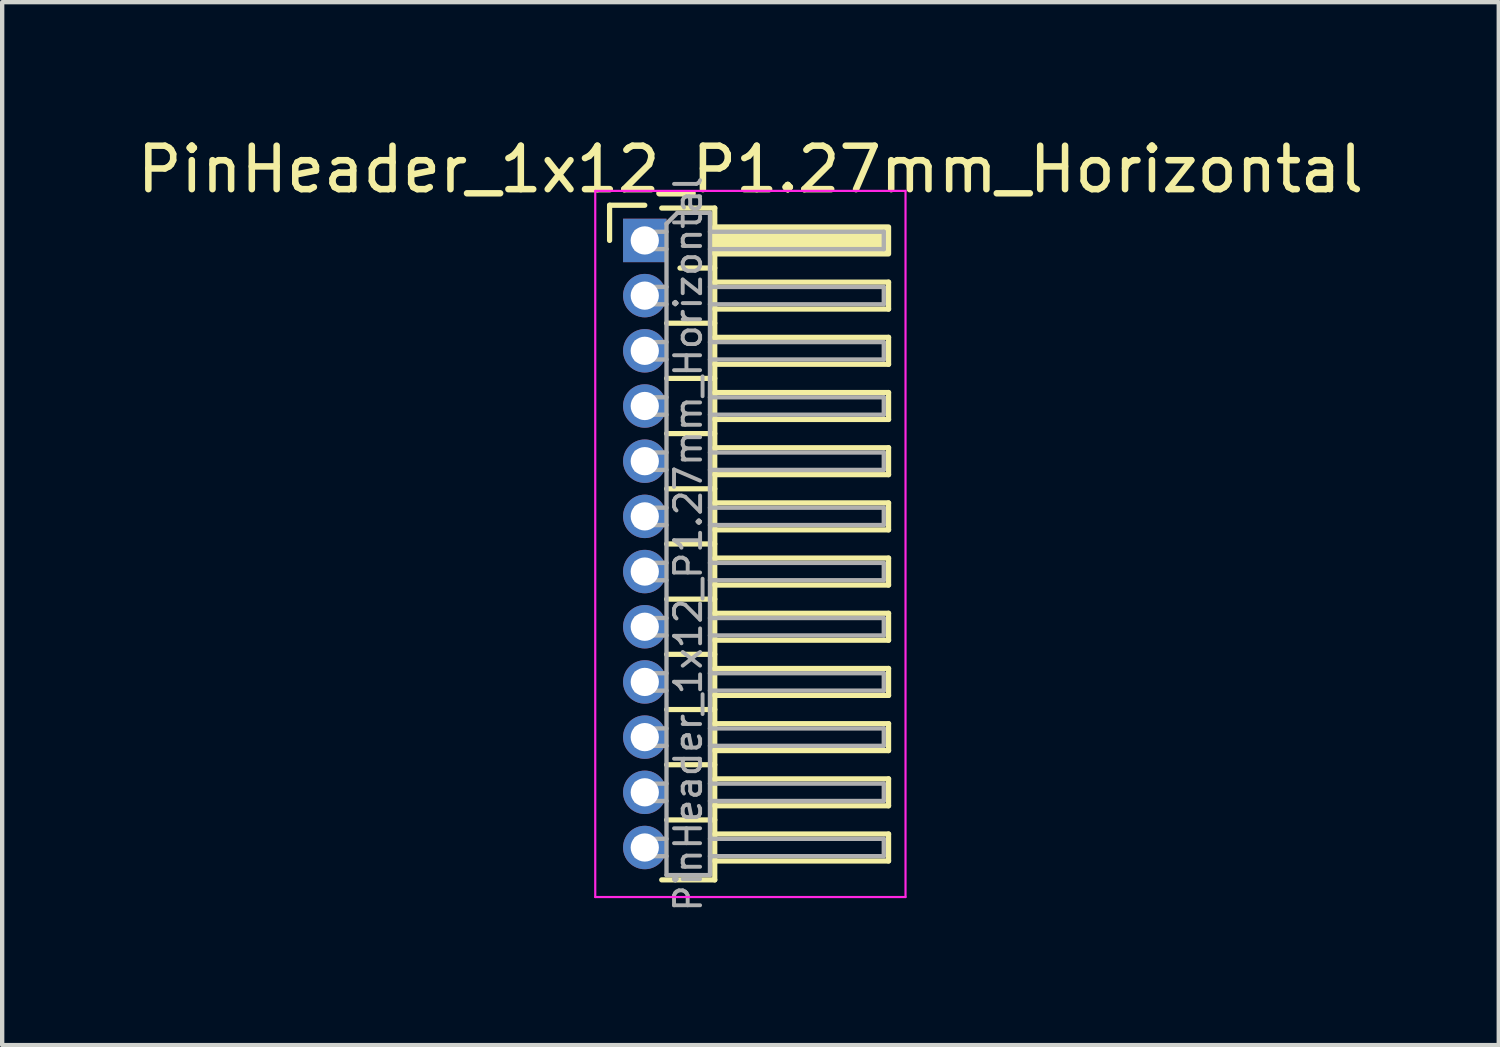
<source format=kicad_pcb>
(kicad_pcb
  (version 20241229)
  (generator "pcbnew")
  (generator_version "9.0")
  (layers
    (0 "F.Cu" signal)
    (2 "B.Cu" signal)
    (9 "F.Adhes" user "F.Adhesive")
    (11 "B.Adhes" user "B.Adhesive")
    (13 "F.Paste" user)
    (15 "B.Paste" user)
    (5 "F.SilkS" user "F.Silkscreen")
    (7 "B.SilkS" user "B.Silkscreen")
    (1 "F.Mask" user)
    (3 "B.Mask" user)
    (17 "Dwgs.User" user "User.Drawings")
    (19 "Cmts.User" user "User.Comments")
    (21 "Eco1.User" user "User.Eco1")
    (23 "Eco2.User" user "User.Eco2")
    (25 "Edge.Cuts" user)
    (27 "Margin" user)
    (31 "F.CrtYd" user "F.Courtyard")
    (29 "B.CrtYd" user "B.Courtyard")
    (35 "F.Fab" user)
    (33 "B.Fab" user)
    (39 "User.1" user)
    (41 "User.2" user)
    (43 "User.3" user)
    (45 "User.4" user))
  (footprint "PinHeader_1x12_P1.27mm_Horizontal"
    (layer "F.Cu")
    (at 11.788 2.483)
    (property "Reference" "PinHeader_1x12_P1.27mm_Horizontal" (at 2.433 -1.635 0) (layer "F.SilkS") (effects (font (size 1 1) (thickness 0.15))))
    (attr through_hole)
    (fp_line (start -0.81 -0.81) (end 0 -0.81) (stroke (width 0.12) (type solid)) (layer "F.SilkS"))
    (fp_line (start -0.81 0) (end -0.81 -0.81) (stroke (width 0.12) (type solid)) (layer "F.SilkS"))
    (fp_line (start 0.39 -0.745) (end 1.61 -0.745) (stroke (width 0.12) (type solid)) (layer "F.SilkS"))
    (fp_line (start 0.503 1.905) (end 1.61 1.905) (stroke (width 0.12) (type solid)) (layer "F.SilkS"))
    (fp_line (start 0.503 3.175) (end 1.61 3.175) (stroke (width 0.12) (type solid)) (layer "F.SilkS"))
    (fp_line (start 0.503 4.445) (end 1.61 4.445) (stroke (width 0.12) (type solid)) (layer "F.SilkS"))
    (fp_line (start 0.503 5.715) (end 1.61 5.715) (stroke (width 0.12) (type solid)) (layer "F.SilkS"))
    (fp_line (start 0.503 6.985) (end 1.61 6.985) (stroke (width 0.12) (type solid)) (layer "F.SilkS"))
    (fp_line (start 0.503 8.255) (end 1.61 8.255) (stroke (width 0.12) (type solid)) (layer "F.SilkS"))
    (fp_line (start 0.503 9.525) (end 1.61 9.525) (stroke (width 0.12) (type solid)) (layer "F.SilkS"))
    (fp_line (start 0.503 10.795) (end 1.61 10.795) (stroke (width 0.12) (type solid)) (layer "F.SilkS"))
    (fp_line (start 0.503 12.065) (end 1.61 12.065) (stroke (width 0.12) (type solid)) (layer "F.SilkS"))
    (fp_line (start 0.503 13.335) (end 1.61 13.335) (stroke (width 0.12) (type solid)) (layer "F.SilkS"))
    (fp_line (start 0.81 0.635) (end 1.61 0.635) (stroke (width 0.12) (type solid)) (layer "F.SilkS"))
    (fp_line (start 1.61 -0.745) (end 1.61 14.715) (stroke (width 0.12) (type solid)) (layer "F.SilkS"))
    (fp_line (start 1.61 0.96) (end 5.61 0.96) (stroke (width 0.12) (type solid)) (layer "F.SilkS"))
    (fp_line (start 1.61 2.23) (end 5.61 2.23) (stroke (width 0.12) (type solid)) (layer "F.SilkS"))
    (fp_line (start 1.61 3.5) (end 5.61 3.5) (stroke (width 0.12) (type solid)) (layer "F.SilkS"))
    (fp_line (start 1.61 4.77) (end 5.61 4.77) (stroke (width 0.12) (type solid)) (layer "F.SilkS"))
    (fp_line (start 1.61 6.04) (end 5.61 6.04) (stroke (width 0.12) (type solid)) (layer "F.SilkS"))
    (fp_line (start 1.61 7.31) (end 5.61 7.31) (stroke (width 0.12) (type solid)) (layer "F.SilkS"))
    (fp_line (start 1.61 8.58) (end 5.61 8.58) (stroke (width 0.12) (type solid)) (layer "F.SilkS"))
    (fp_line (start 1.61 9.85) (end 5.61 9.85) (stroke (width 0.12) (type solid)) (layer "F.SilkS"))
    (fp_line (start 1.61 11.12) (end 5.61 11.12) (stroke (width 0.12) (type solid)) (layer "F.SilkS"))
    (fp_line (start 1.61 12.39) (end 5.61 12.39) (stroke (width 0.12) (type solid)) (layer "F.SilkS"))
    (fp_line (start 1.61 13.66) (end 5.61 13.66) (stroke (width 0.12) (type solid)) (layer "F.SilkS"))
    (fp_line (start 1.61 14.715) (end 0.39 14.715) (stroke (width 0.12) (type solid)) (layer "F.SilkS"))
    (fp_line (start 5.61 0.96) (end 5.61 1.58) (stroke (width 0.12) (type solid)) (layer "F.SilkS"))
    (fp_line (start 5.61 1.58) (end 1.61 1.58) (stroke (width 0.12) (type solid)) (layer "F.SilkS"))
    (fp_line (start 5.61 2.23) (end 5.61 2.85) (stroke (width 0.12) (type solid)) (layer "F.SilkS"))
    (fp_line (start 5.61 2.85) (end 1.61 2.85) (stroke (width 0.12) (type solid)) (layer "F.SilkS"))
    (fp_line (start 5.61 3.5) (end 5.61 4.12) (stroke (width 0.12) (type solid)) (layer "F.SilkS"))
    (fp_line (start 5.61 4.12) (end 1.61 4.12) (stroke (width 0.12) (type solid)) (layer "F.SilkS"))
    (fp_line (start 5.61 4.77) (end 5.61 5.39) (stroke (width 0.12) (type solid)) (layer "F.SilkS"))
    (fp_line (start 5.61 5.39) (end 1.61 5.39) (stroke (width 0.12) (type solid)) (layer "F.SilkS"))
    (fp_line (start 5.61 6.04) (end 5.61 6.66) (stroke (width 0.12) (type solid)) (layer "F.SilkS"))
    (fp_line (start 5.61 6.66) (end 1.61 6.66) (stroke (width 0.12) (type solid)) (layer "F.SilkS"))
    (fp_line (start 5.61 7.31) (end 5.61 7.93) (stroke (width 0.12) (type solid)) (layer "F.SilkS"))
    (fp_line (start 5.61 7.93) (end 1.61 7.93) (stroke (width 0.12) (type solid)) (layer "F.SilkS"))
    (fp_line (start 5.61 8.58) (end 5.61 9.2) (stroke (width 0.12) (type solid)) (layer "F.SilkS"))
    (fp_line (start 5.61 9.2) (end 1.61 9.2) (stroke (width 0.12) (type solid)) (layer "F.SilkS"))
    (fp_line (start 5.61 9.85) (end 5.61 10.47) (stroke (width 0.12) (type solid)) (layer "F.SilkS"))
    (fp_line (start 5.61 10.47) (end 1.61 10.47) (stroke (width 0.12) (type solid)) (layer "F.SilkS"))
    (fp_line (start 5.61 11.12) (end 5.61 11.74) (stroke (width 0.12) (type solid)) (layer "F.SilkS"))
    (fp_line (start 5.61 11.74) (end 1.61 11.74) (stroke (width 0.12) (type solid)) (layer "F.SilkS"))
    (fp_line (start 5.61 12.39) (end 5.61 13.01) (stroke (width 0.12) (type solid)) (layer "F.SilkS"))
    (fp_line (start 5.61 13.01) (end 1.61 13.01) (stroke (width 0.12) (type solid)) (layer "F.SilkS"))
    (fp_line (start 5.61 13.66) (end 5.61 14.28) (stroke (width 0.12) (type solid)) (layer "F.SilkS"))
    (fp_line (start 5.61 14.28) (end 1.61 14.28) (stroke (width 0.12) (type solid)) (layer "F.SilkS"))
    (fp_rect (start 1.61 -0.31) (end 5.61 0.31) (stroke (width 0.12) (type solid)) (fill yes) (layer "F.SilkS"))
    (fp_line (start -1.14 -1.14) (end -1.14 15.11) (stroke (width 0.05) (type solid)) (layer "F.CrtYd"))
    (fp_line (start -1.14 15.11) (end 6 15.11) (stroke (width 0.05) (type solid)) (layer "F.CrtYd"))
    (fp_line (start 6 -1.14) (end -1.14 -1.14) (stroke (width 0.05) (type solid)) (layer "F.CrtYd"))
    (fp_line (start 6 15.11) (end 6 -1.14) (stroke (width 0.05) (type solid)) (layer "F.CrtYd"))
    (fp_line (start -0.2 -0.2) (end -0.2 0.2) (stroke (width 0.1) (type solid)) (layer "F.Fab"))
    (fp_line (start -0.2 -0.2) (end 0.5 -0.2) (stroke (width 0.1) (type solid)) (layer "F.Fab"))
    (fp_line (start -0.2 0.2) (end 0.5 0.2) (stroke (width 0.1) (type solid)) (layer "F.Fab"))
    (fp_line (start -0.2 1.07) (end -0.2 1.47) (stroke (width 0.1) (type solid)) (layer "F.Fab"))
    (fp_line (start -0.2 1.07) (end 0.5 1.07) (stroke (width 0.1) (type solid)) (layer "F.Fab"))
    (fp_line (start -0.2 1.47) (end 0.5 1.47) (stroke (width 0.1) (type solid)) (layer "F.Fab"))
    (fp_line (start -0.2 2.34) (end -0.2 2.74) (stroke (width 0.1) (type solid)) (layer "F.Fab"))
    (fp_line (start -0.2 2.34) (end 0.5 2.34) (stroke (width 0.1) (type solid)) (layer "F.Fab"))
    (fp_line (start -0.2 2.74) (end 0.5 2.74) (stroke (width 0.1) (type solid)) (layer "F.Fab"))
    (fp_line (start -0.2 3.61) (end -0.2 4.01) (stroke (width 0.1) (type solid)) (layer "F.Fab"))
    (fp_line (start -0.2 3.61) (end 0.5 3.61) (stroke (width 0.1) (type solid)) (layer "F.Fab"))
    (fp_line (start -0.2 4.01) (end 0.5 4.01) (stroke (width 0.1) (type solid)) (layer "F.Fab"))
    (fp_line (start -0.2 4.88) (end -0.2 5.28) (stroke (width 0.1) (type solid)) (layer "F.Fab"))
    (fp_line (start -0.2 4.88) (end 0.5 4.88) (stroke (width 0.1) (type solid)) (layer "F.Fab"))
    (fp_line (start -0.2 5.28) (end 0.5 5.28) (stroke (width 0.1) (type solid)) (layer "F.Fab"))
    (fp_line (start -0.2 6.15) (end -0.2 6.55) (stroke (width 0.1) (type solid)) (layer "F.Fab"))
    (fp_line (start -0.2 6.15) (end 0.5 6.15) (stroke (width 0.1) (type solid)) (layer "F.Fab"))
    (fp_line (start -0.2 6.55) (end 0.5 6.55) (stroke (width 0.1) (type solid)) (layer "F.Fab"))
    (fp_line (start -0.2 7.42) (end -0.2 7.82) (stroke (width 0.1) (type solid)) (layer "F.Fab"))
    (fp_line (start -0.2 7.42) (end 0.5 7.42) (stroke (width 0.1) (type solid)) (layer "F.Fab"))
    (fp_line (start -0.2 7.82) (end 0.5 7.82) (stroke (width 0.1) (type solid)) (layer "F.Fab"))
    (fp_line (start -0.2 8.69) (end -0.2 9.09) (stroke (width 0.1) (type solid)) (layer "F.Fab"))
    (fp_line (start -0.2 8.69) (end 0.5 8.69) (stroke (width 0.1) (type solid)) (layer "F.Fab"))
    (fp_line (start -0.2 9.09) (end 0.5 9.09) (stroke (width 0.1) (type solid)) (layer "F.Fab"))
    (fp_line (start -0.2 9.96) (end -0.2 10.36) (stroke (width 0.1) (type solid)) (layer "F.Fab"))
    (fp_line (start -0.2 9.96) (end 0.5 9.96) (stroke (width 0.1) (type solid)) (layer "F.Fab"))
    (fp_line (start -0.2 10.36) (end 0.5 10.36) (stroke (width 0.1) (type solid)) (layer "F.Fab"))
    (fp_line (start -0.2 11.23) (end -0.2 11.63) (stroke (width 0.1) (type solid)) (layer "F.Fab"))
    (fp_line (start -0.2 11.23) (end 0.5 11.23) (stroke (width 0.1) (type solid)) (layer "F.Fab"))
    (fp_line (start -0.2 11.63) (end 0.5 11.63) (stroke (width 0.1) (type solid)) (layer "F.Fab"))
    (fp_line (start -0.2 12.5) (end -0.2 12.9) (stroke (width 0.1) (type solid)) (layer "F.Fab"))
    (fp_line (start -0.2 12.5) (end 0.5 12.5) (stroke (width 0.1) (type solid)) (layer "F.Fab"))
    (fp_line (start -0.2 12.9) (end 0.5 12.9) (stroke (width 0.1) (type solid)) (layer "F.Fab"))
    (fp_line (start -0.2 13.77) (end -0.2 14.17) (stroke (width 0.1) (type solid)) (layer "F.Fab"))
    (fp_line (start -0.2 13.77) (end 0.5 13.77) (stroke (width 0.1) (type solid)) (layer "F.Fab"))
    (fp_line (start -0.2 14.17) (end 0.5 14.17) (stroke (width 0.1) (type solid)) (layer "F.Fab"))
    (fp_line (start 0.5 -0.385) (end 0.75 -0.635) (stroke (width 0.1) (type solid)) (layer "F.Fab"))
    (fp_line (start 0.5 14.605) (end 0.5 -0.385) (stroke (width 0.1) (type solid)) (layer "F.Fab"))
    (fp_line (start 0.75 -0.635) (end 1.5 -0.635) (stroke (width 0.1) (type solid)) (layer "F.Fab"))
    (fp_line (start 1.5 -0.635) (end 1.5 14.605) (stroke (width 0.1) (type solid)) (layer "F.Fab"))
    (fp_line (start 1.5 -0.2) (end 5.5 -0.2) (stroke (width 0.1) (type solid)) (layer "F.Fab"))
    (fp_line (start 1.5 0.2) (end 5.5 0.2) (stroke (width 0.1) (type solid)) (layer "F.Fab"))
    (fp_line (start 1.5 1.07) (end 5.5 1.07) (stroke (width 0.1) (type solid)) (layer "F.Fab"))
    (fp_line (start 1.5 1.47) (end 5.5 1.47) (stroke (width 0.1) (type solid)) (layer "F.Fab"))
    (fp_line (start 1.5 2.34) (end 5.5 2.34) (stroke (width 0.1) (type solid)) (layer "F.Fab"))
    (fp_line (start 1.5 2.74) (end 5.5 2.74) (stroke (width 0.1) (type solid)) (layer "F.Fab"))
    (fp_line (start 1.5 3.61) (end 5.5 3.61) (stroke (width 0.1) (type solid)) (layer "F.Fab"))
    (fp_line (start 1.5 4.01) (end 5.5 4.01) (stroke (width 0.1) (type solid)) (layer "F.Fab"))
    (fp_line (start 1.5 4.88) (end 5.5 4.88) (stroke (width 0.1) (type solid)) (layer "F.Fab"))
    (fp_line (start 1.5 5.28) (end 5.5 5.28) (stroke (width 0.1) (type solid)) (layer "F.Fab"))
    (fp_line (start 1.5 6.15) (end 5.5 6.15) (stroke (width 0.1) (type solid)) (layer "F.Fab"))
    (fp_line (start 1.5 6.55) (end 5.5 6.55) (stroke (width 0.1) (type solid)) (layer "F.Fab"))
    (fp_line (start 1.5 7.42) (end 5.5 7.42) (stroke (width 0.1) (type solid)) (layer "F.Fab"))
    (fp_line (start 1.5 7.82) (end 5.5 7.82) (stroke (width 0.1) (type solid)) (layer "F.Fab"))
    (fp_line (start 1.5 8.69) (end 5.5 8.69) (stroke (width 0.1) (type solid)) (layer "F.Fab"))
    (fp_line (start 1.5 9.09) (end 5.5 9.09) (stroke (width 0.1) (type solid)) (layer "F.Fab"))
    (fp_line (start 1.5 9.96) (end 5.5 9.96) (stroke (width 0.1) (type solid)) (layer "F.Fab"))
    (fp_line (start 1.5 10.36) (end 5.5 10.36) (stroke (width 0.1) (type solid)) (layer "F.Fab"))
    (fp_line (start 1.5 11.23) (end 5.5 11.23) (stroke (width 0.1) (type solid)) (layer "F.Fab"))
    (fp_line (start 1.5 11.63) (end 5.5 11.63) (stroke (width 0.1) (type solid)) (layer "F.Fab"))
    (fp_line (start 1.5 12.5) (end 5.5 12.5) (stroke (width 0.1) (type solid)) (layer "F.Fab"))
    (fp_line (start 1.5 12.9) (end 5.5 12.9) (stroke (width 0.1) (type solid)) (layer "F.Fab"))
    (fp_line (start 1.5 13.77) (end 5.5 13.77) (stroke (width 0.1) (type solid)) (layer "F.Fab"))
    (fp_line (start 1.5 14.17) (end 5.5 14.17) (stroke (width 0.1) (type solid)) (layer "F.Fab"))
    (fp_line (start 1.5 14.605) (end 0.5 14.605) (stroke (width 0.1) (type solid)) (layer "F.Fab"))
    (fp_line (start 5.5 -0.2) (end 5.5 0.2) (stroke (width 0.1) (type solid)) (layer "F.Fab"))
    (fp_line (start 5.5 1.07) (end 5.5 1.47) (stroke (width 0.1) (type solid)) (layer "F.Fab"))
    (fp_line (start 5.5 2.34) (end 5.5 2.74) (stroke (width 0.1) (type solid)) (layer "F.Fab"))
    (fp_line (start 5.5 3.61) (end 5.5 4.01) (stroke (width 0.1) (type solid)) (layer "F.Fab"))
    (fp_line (start 5.5 4.88) (end 5.5 5.28) (stroke (width 0.1) (type solid)) (layer "F.Fab"))
    (fp_line (start 5.5 6.15) (end 5.5 6.55) (stroke (width 0.1) (type solid)) (layer "F.Fab"))
    (fp_line (start 5.5 7.42) (end 5.5 7.82) (stroke (width 0.1) (type solid)) (layer "F.Fab"))
    (fp_line (start 5.5 8.69) (end 5.5 9.09) (stroke (width 0.1) (type solid)) (layer "F.Fab"))
    (fp_line (start 5.5 9.96) (end 5.5 10.36) (stroke (width 0.1) (type solid)) (layer "F.Fab"))
    (fp_line (start 5.5 11.23) (end 5.5 11.63) (stroke (width 0.1) (type solid)) (layer "F.Fab"))
    (fp_line (start 5.5 12.5) (end 5.5 12.9) (stroke (width 0.1) (type solid)) (layer "F.Fab"))
    (fp_line (start 5.5 13.77) (end 5.5 14.17) (stroke (width 0.1) (type solid)) (layer "F.Fab"))
    (fp_text user "${REFERENCE}" (at 1 6.985 90) (layer "F.Fab") (effects (font (size 0.6 0.6) (thickness 0.09))))
    (pad "1" thru_hole rect (at 0 0) (size 1 1) (drill 0.65) (layers "*.Cu" "*.Mask"))
    (pad "2" thru_hole circle (at 0 1.27) (size 1 1) (drill 0.65) (layers "*.Cu" "*.Mask"))
    (pad "3" thru_hole circle (at 0 2.54) (size 1 1) (drill 0.65) (layers "*.Cu" "*.Mask"))
    (pad "4" thru_hole circle (at 0 3.81) (size 1 1) (drill 0.65) (layers "*.Cu" "*.Mask"))
    (pad "5" thru_hole circle (at 0 5.08) (size 1 1) (drill 0.65) (layers "*.Cu" "*.Mask"))
    (pad "6" thru_hole circle (at 0 6.35) (size 1 1) (drill 0.65) (layers "*.Cu" "*.Mask"))
    (pad "7" thru_hole circle (at 0 7.62) (size 1 1) (drill 0.65) (layers "*.Cu" "*.Mask"))
    (pad "8" thru_hole circle (at 0 8.89) (size 1 1) (drill 0.65) (layers "*.Cu" "*.Mask"))
    (pad "9" thru_hole circle (at 0 10.16) (size 1 1) (drill 0.65) (layers "*.Cu" "*.Mask"))
    (pad "10" thru_hole circle (at 0 11.43) (size 1 1) (drill 0.65) (layers "*.Cu" "*.Mask"))
    (pad "11" thru_hole circle (at 0 12.7) (size 1 1) (drill 0.65) (layers "*.Cu" "*.Mask"))
    (pad "12" thru_hole circle (at 0 13.97) (size 1 1) (drill 0.65) (layers "*.Cu" "*.Mask")))
  (gr_rect
    (start -3 -3)
    (end 31.44 21)
    (stroke (width 0.1) (type default))
    (fill no)
    (layer "Edge.Cuts")))
</source>
